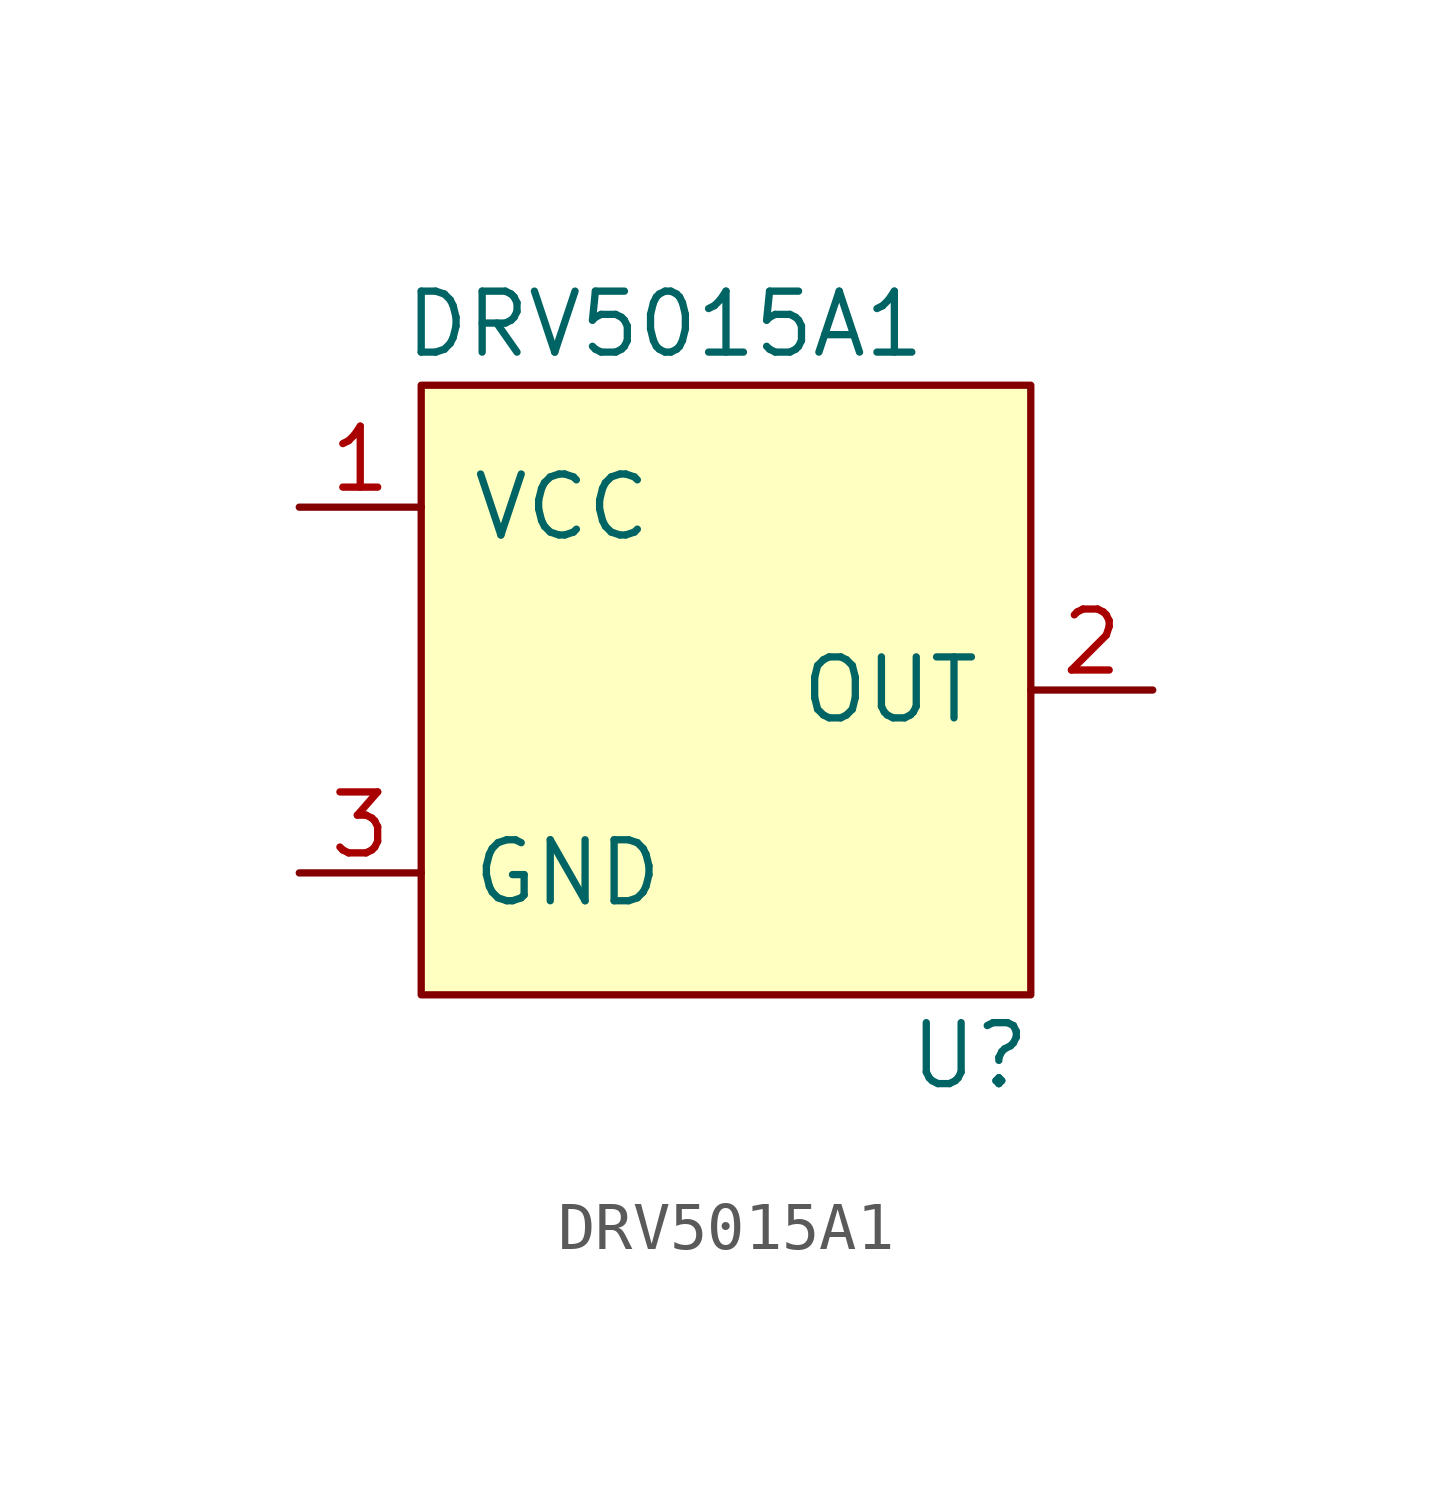
<source format=kicad_sym>
(kicad_symbol_lib
  (version 20220914)
  (generator kicad_symbol_editor)
  (symbol "DRV5015A1"
    (pin_names
      (offset 1.016))
    (property "Reference" "U"
      (at 6.35 -8.89 0)
      (effects (font (size 1.27 1.27))))
    (property "Value" "DRV5015A1"
      (at 0 6.35 0)
      (effects (font (size 1.27 1.27))))
    (symbol "DRV5015A1_0_1"
      (rectangle (start -5.08 5.08) (end 7.62 -7.62) (stroke (width 0) (type default)) (fill (type background))))
    (symbol "DRV5015A1_1_1"
      (pin power_in line (at -7.62 2.54 0) (length 2.54) (name "VCC" (effects (font (size 1.27 1.27)))) (number "1" (effects (font (size 1.27 1.27)))))
      (pin open_collector line (at 10.16 -1.27 180) (length 2.54) (name "OUT" (effects (font (size 1.27 1.27)))) (number "2" (effects (font (size 1.27 1.27)))))
      (pin power_in line (at -7.62 -5.08 0) (length 2.54) (name "GND" (effects (font (size 1.27 1.27)))) (number "3" (effects (font (size 1.27 1.27))))))))
</source>
